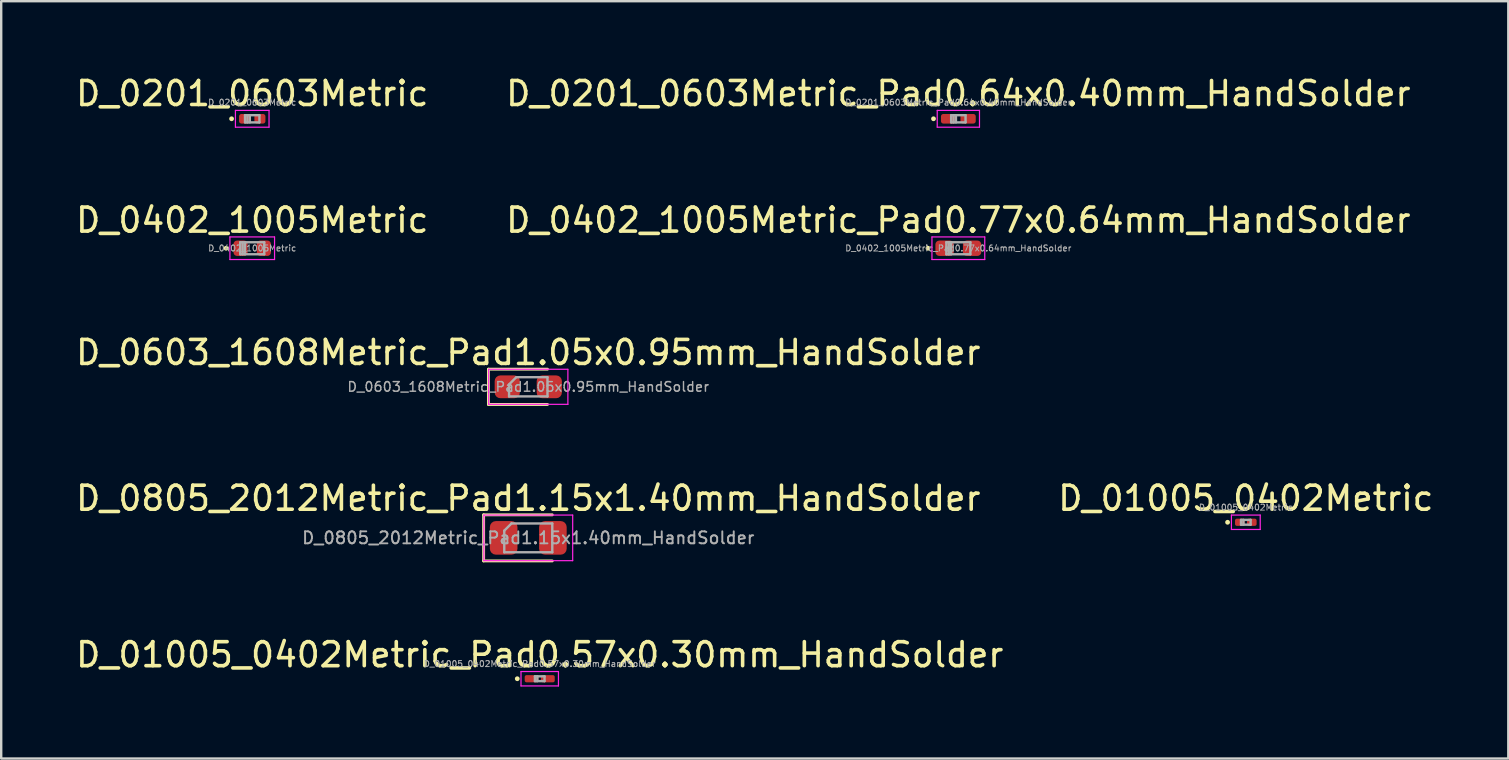
<source format=kicad_pcb>
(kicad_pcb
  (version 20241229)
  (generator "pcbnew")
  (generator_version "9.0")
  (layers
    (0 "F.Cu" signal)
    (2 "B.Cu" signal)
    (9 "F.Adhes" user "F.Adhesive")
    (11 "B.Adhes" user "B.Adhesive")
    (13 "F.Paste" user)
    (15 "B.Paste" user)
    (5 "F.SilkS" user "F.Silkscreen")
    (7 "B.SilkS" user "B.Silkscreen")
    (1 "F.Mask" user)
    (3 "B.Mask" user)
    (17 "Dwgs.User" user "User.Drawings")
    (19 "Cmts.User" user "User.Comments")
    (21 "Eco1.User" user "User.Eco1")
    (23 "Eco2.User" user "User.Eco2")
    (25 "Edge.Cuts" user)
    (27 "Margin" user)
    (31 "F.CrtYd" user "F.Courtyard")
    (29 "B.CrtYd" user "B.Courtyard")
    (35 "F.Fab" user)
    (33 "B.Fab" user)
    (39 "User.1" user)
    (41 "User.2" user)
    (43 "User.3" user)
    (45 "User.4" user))
  (footprint "D_0603_1608Metric_Pad1.05x0.95mm_HandSolder"
    (layer "F.Cu")
    (at 18.958 13.065)
    (property "Reference" "D_0603_1608Metric_Pad1.05x0.95mm_HandSolder" (at 0 -1.43 0) (layer "F.SilkS") (effects (font (size 1 1) (thickness 0.15))))
    (attr smd)
    (fp_line (start -1.66 -0.735) (end -1.66 0.735) (stroke (width 0.12) (type solid)) (layer "F.SilkS"))
    (fp_line (start -1.66 0.735) (end 0.8 0.735) (stroke (width 0.12) (type solid)) (layer "F.SilkS"))
    (fp_line (start 0.8 -0.735) (end -1.66 -0.735) (stroke (width 0.12) (type solid)) (layer "F.SilkS"))
    (fp_line (start -1.65 -0.73) (end 1.65 -0.73) (stroke (width 0.05) (type solid)) (layer "F.CrtYd"))
    (fp_line (start -1.65 0.73) (end -1.65 -0.73) (stroke (width 0.05) (type solid)) (layer "F.CrtYd"))
    (fp_line (start 1.65 -0.73) (end 1.65 0.73) (stroke (width 0.05) (type solid)) (layer "F.CrtYd"))
    (fp_line (start 1.65 0.73) (end -1.65 0.73) (stroke (width 0.05) (type solid)) (layer "F.CrtYd"))
    (fp_line (start -0.8 -0.1) (end -0.8 0.4) (stroke (width 0.1) (type solid)) (layer "F.Fab"))
    (fp_line (start -0.8 0.4) (end 0.8 0.4) (stroke (width 0.1) (type solid)) (layer "F.Fab"))
    (fp_line (start -0.5 -0.4) (end -0.8 -0.1) (stroke (width 0.1) (type solid)) (layer "F.Fab"))
    (fp_line (start 0.8 -0.4) (end -0.5 -0.4) (stroke (width 0.1) (type solid)) (layer "F.Fab"))
    (fp_line (start 0.8 0.4) (end 0.8 -0.4) (stroke (width 0.1) (type solid)) (layer "F.Fab"))
    (fp_text user "${REFERENCE}" (at 0 0 0) (layer "F.Fab") (effects (font (size 0.4 0.4) (thickness 0.06))))
    (pad "1" smd roundrect (at -0.875 0) (size 1.05 0.95) (layers "F.Cu" "F.Mask" "F.Paste") (roundrect_rratio 0.25))
    (pad "2" smd roundrect (at 0.875 0) (size 1.05 0.95) (layers "F.Cu" "F.Mask" "F.Paste") (roundrect_rratio 0.25)))
  (footprint "D_0402_1005Metric_Pad0.77x0.64mm_HandSolder"
    (layer "F.Cu")
    (at 36.875 7.292)
    (property "Reference" "D_0402_1005Metric_Pad0.77x0.64mm_HandSolder" (at 0 -1.17 0) (layer "F.SilkS") (effects (font (size 1 1) (thickness 0.15))))
    (attr smd)
    (fp_circle (center -1.265 0) (end -1.215 0) (stroke (width 0.1) (type solid)) (fill no) (layer "F.SilkS"))
    (fp_line (start -1.1 -0.47) (end 1.1 -0.47) (stroke (width 0.05) (type solid)) (layer "F.CrtYd"))
    (fp_line (start -1.1 0.47) (end -1.1 -0.47) (stroke (width 0.05) (type solid)) (layer "F.CrtYd"))
    (fp_line (start 1.1 -0.47) (end 1.1 0.47) (stroke (width 0.05) (type solid)) (layer "F.CrtYd"))
    (fp_line (start 1.1 0.47) (end -1.1 0.47) (stroke (width 0.05) (type solid)) (layer "F.CrtYd"))
    (fp_line (start -0.5 -0.25) (end 0.5 -0.25) (stroke (width 0.1) (type solid)) (layer "F.Fab"))
    (fp_line (start -0.5 0.25) (end -0.5 -0.25) (stroke (width 0.1) (type solid)) (layer "F.Fab"))
    (fp_line (start -0.4 0.25) (end -0.4 -0.25) (stroke (width 0.1) (type solid)) (layer "F.Fab"))
    (fp_line (start -0.3 0.25) (end -0.3 -0.25) (stroke (width 0.1) (type solid)) (layer "F.Fab"))
    (fp_line (start 0.5 -0.25) (end 0.5 0.25) (stroke (width 0.1) (type solid)) (layer "F.Fab"))
    (fp_line (start 0.5 0.25) (end -0.5 0.25) (stroke (width 0.1) (type solid)) (layer "F.Fab"))
    (fp_text user "${REFERENCE}" (at 0 0 0) (layer "F.Fab") (effects (font (size 0.25 0.25) (thickness 0.04))))
    (pad "1" smd roundrect (at -0.573 0) (size 0.765 0.64) (layers "F.Cu" "F.Mask" "F.Paste") (roundrect_rratio 0.25))
    (pad "2" smd roundrect (at 0.573 0) (size 0.765 0.64) (layers "F.Cu" "F.Mask" "F.Paste") (roundrect_rratio 0.25)))
  (footprint "D_0201_0603Metric"
    (layer "F.Cu")
    (at 7.458 1.898)
    (property "Reference" "D_0201_0603Metric" (at 0 -1.05 0) (layer "F.SilkS") (effects (font (size 1 1) (thickness 0.15))))
    (attr smd)
    (fp_circle (center -0.86 0) (end -0.81 0) (stroke (width 0.1) (type solid)) (fill no) (layer "F.SilkS"))
    (fp_line (start -0.7 -0.35) (end 0.7 -0.35) (stroke (width 0.05) (type solid)) (layer "F.CrtYd"))
    (fp_line (start -0.7 0.35) (end -0.7 -0.35) (stroke (width 0.05) (type solid)) (layer "F.CrtYd"))
    (fp_line (start 0.7 -0.35) (end 0.7 0.35) (stroke (width 0.05) (type solid)) (layer "F.CrtYd"))
    (fp_line (start 0.7 0.35) (end -0.7 0.35) (stroke (width 0.05) (type solid)) (layer "F.CrtYd"))
    (fp_line (start -0.3 -0.15) (end 0.3 -0.15) (stroke (width 0.1) (type solid)) (layer "F.Fab"))
    (fp_line (start -0.3 0.15) (end -0.3 -0.15) (stroke (width 0.1) (type solid)) (layer "F.Fab"))
    (fp_line (start -0.2 0.15) (end -0.2 -0.15) (stroke (width 0.1) (type solid)) (layer "F.Fab"))
    (fp_line (start -0.1 0.15) (end -0.1 -0.15) (stroke (width 0.1) (type solid)) (layer "F.Fab"))
    (fp_line (start 0.3 -0.15) (end 0.3 0.15) (stroke (width 0.1) (type solid)) (layer "F.Fab"))
    (fp_line (start 0.3 0.15) (end -0.3 0.15) (stroke (width 0.1) (type solid)) (layer "F.Fab"))
    (fp_text user "${REFERENCE}" (at 0 -0.68 0) (layer "F.Fab") (effects (font (size 0.25 0.25) (thickness 0.04))))
    (pad "" smd roundrect (at -0.345 0) (size 0.318 0.36) (layers "F.Paste") (roundrect_rratio 0.25))
    (pad "" smd roundrect (at 0.345 0) (size 0.318 0.36) (layers "F.Paste") (roundrect_rratio 0.25))
    (pad "1" smd roundrect (at -0.32 0) (size 0.46 0.4) (layers "F.Cu" "F.Mask") (roundrect_rratio 0.25))
    (pad "2" smd roundrect (at 0.32 0) (size 0.46 0.4) (layers "F.Cu" "F.Mask") (roundrect_rratio 0.25)))
  (footprint "D_0402_1005Metric"
    (layer "F.Cu")
    (at 7.458 7.292)
    (property "Reference" "D_0402_1005Metric" (at 0 -1.17 0) (layer "F.SilkS") (effects (font (size 1 1) (thickness 0.15))))
    (attr smd)
    (fp_circle (center -1.09 0) (end -1.04 0) (stroke (width 0.1) (type solid)) (fill no) (layer "F.SilkS"))
    (fp_line (start -0.93 -0.47) (end 0.93 -0.47) (stroke (width 0.05) (type solid)) (layer "F.CrtYd"))
    (fp_line (start -0.93 0.47) (end -0.93 -0.47) (stroke (width 0.05) (type solid)) (layer "F.CrtYd"))
    (fp_line (start 0.93 -0.47) (end 0.93 0.47) (stroke (width 0.05) (type solid)) (layer "F.CrtYd"))
    (fp_line (start 0.93 0.47) (end -0.93 0.47) (stroke (width 0.05) (type solid)) (layer "F.CrtYd"))
    (fp_line (start -0.5 -0.25) (end 0.5 -0.25) (stroke (width 0.1) (type solid)) (layer "F.Fab"))
    (fp_line (start -0.5 0.25) (end -0.5 -0.25) (stroke (width 0.1) (type solid)) (layer "F.Fab"))
    (fp_line (start -0.4 0.25) (end -0.4 -0.25) (stroke (width 0.1) (type solid)) (layer "F.Fab"))
    (fp_line (start -0.3 0.25) (end -0.3 -0.25) (stroke (width 0.1) (type solid)) (layer "F.Fab"))
    (fp_line (start 0.5 -0.25) (end 0.5 0.25) (stroke (width 0.1) (type solid)) (layer "F.Fab"))
    (fp_line (start 0.5 0.25) (end -0.5 0.25) (stroke (width 0.1) (type solid)) (layer "F.Fab"))
    (fp_text user "${REFERENCE}" (at 0 0 0) (layer "F.Fab") (effects (font (size 0.25 0.25) (thickness 0.04))))
    (pad "1" smd roundrect (at -0.485 0) (size 0.59 0.64) (layers "F.Cu" "F.Mask" "F.Paste") (roundrect_rratio 0.25))
    (pad "2" smd roundrect (at 0.485 0) (size 0.59 0.64) (layers "F.Cu" "F.Mask" "F.Paste") (roundrect_rratio 0.25)))
  (footprint "D_01005_0402Metric"
    (layer "F.Cu")
    (at 48.851 18.708)
    (property "Reference" "D_01005_0402Metric" (at 0 -1 0) (layer "F.SilkS") (effects (font (size 1 1) (thickness 0.15))))
    (attr smd)
    (fp_circle (center -0.76 0) (end -0.71 0) (stroke (width 0.1) (type solid)) (fill no) (layer "F.SilkS"))
    (fp_line (start -0.6 -0.3) (end 0.6 -0.3) (stroke (width 0.05) (type solid)) (layer "F.CrtYd"))
    (fp_line (start -0.6 0.3) (end -0.6 -0.3) (stroke (width 0.05) (type solid)) (layer "F.CrtYd"))
    (fp_line (start 0.6 -0.3) (end 0.6 0.3) (stroke (width 0.05) (type solid)) (layer "F.CrtYd"))
    (fp_line (start 0.6 0.3) (end -0.6 0.3) (stroke (width 0.05) (type solid)) (layer "F.CrtYd"))
    (fp_line (start -0.2 -0.1) (end 0.2 -0.1) (stroke (width 0.1) (type solid)) (layer "F.Fab"))
    (fp_line (start -0.2 0.1) (end -0.2 -0.1) (stroke (width 0.1) (type solid)) (layer "F.Fab"))
    (fp_line (start -0.1 0.1) (end -0.1 -0.1) (stroke (width 0.1) (type solid)) (layer "F.Fab"))
    (fp_line (start 0.2 -0.1) (end 0.2 0.1) (stroke (width 0.1) (type solid)) (layer "F.Fab"))
    (fp_line (start 0.2 0.1) (end -0.2 0.1) (stroke (width 0.1) (type solid)) (layer "F.Fab"))
    (fp_text user "${REFERENCE}" (at 0 -0.62 0) (layer "F.Fab") (effects (font (size 0.25 0.25) (thickness 0.04))))
    (pad "" smd roundrect (at -0.275 0) (size 0.27 0.27) (layers "F.Paste") (roundrect_rratio 0.25))
    (pad "" smd roundrect (at 0.275 0) (size 0.27 0.27) (layers "F.Paste") (roundrect_rratio 0.25))
    (pad "1" smd roundrect (at -0.25 0) (size 0.4 0.3) (layers "F.Cu" "F.Mask") (roundrect_rratio 0.25))
    (pad "2" smd roundrect (at 0.25 0) (size 0.4 0.3) (layers "F.Cu" "F.Mask") (roundrect_rratio 0.25)))
  (footprint "D_0201_0603Metric_Pad0.64x0.40mm_HandSolder"
    (layer "F.Cu")
    (at 36.875 1.898)
    (property "Reference" "D_0201_0603Metric_Pad0.64x0.40mm_HandSolder" (at 0 -1.05 0) (layer "F.SilkS") (effects (font (size 1 1) (thickness 0.15))))
    (attr smd)
    (fp_circle (center -1.035 0) (end -0.985 0) (stroke (width 0.1) (type solid)) (fill no) (layer "F.SilkS"))
    (fp_line (start -0.88 -0.35) (end 0.88 -0.35) (stroke (width 0.05) (type solid)) (layer "F.CrtYd"))
    (fp_line (start -0.88 0.35) (end -0.88 -0.35) (stroke (width 0.05) (type solid)) (layer "F.CrtYd"))
    (fp_line (start 0.88 -0.35) (end 0.88 0.35) (stroke (width 0.05) (type solid)) (layer "F.CrtYd"))
    (fp_line (start 0.88 0.35) (end -0.88 0.35) (stroke (width 0.05) (type solid)) (layer "F.CrtYd"))
    (fp_line (start -0.3 -0.15) (end 0.3 -0.15) (stroke (width 0.1) (type solid)) (layer "F.Fab"))
    (fp_line (start -0.3 0.15) (end -0.3 -0.15) (stroke (width 0.1) (type solid)) (layer "F.Fab"))
    (fp_line (start -0.2 0.15) (end -0.2 -0.15) (stroke (width 0.1) (type solid)) (layer "F.Fab"))
    (fp_line (start -0.1 0.15) (end -0.1 -0.15) (stroke (width 0.1) (type solid)) (layer "F.Fab"))
    (fp_line (start 0.3 -0.15) (end 0.3 0.15) (stroke (width 0.1) (type solid)) (layer "F.Fab"))
    (fp_line (start 0.3 0.15) (end -0.3 0.15) (stroke (width 0.1) (type solid)) (layer "F.Fab"))
    (fp_text user "${REFERENCE}" (at 0 -0.68 0) (layer "F.Fab") (effects (font (size 0.25 0.25) (thickness 0.04))))
    (pad "" smd roundrect (at -0.432 0) (size 0.458 0.36) (layers "F.Paste") (roundrect_rratio 0.25))
    (pad "" smd roundrect (at 0.432 0) (size 0.458 0.36) (layers "F.Paste") (roundrect_rratio 0.25))
    (pad "1" smd roundrect (at -0.407 0) (size 0.635 0.4) (layers "F.Cu" "F.Mask") (roundrect_rratio 0.25))
    (pad "2" smd roundrect (at 0.407 0) (size 0.635 0.4) (layers "F.Cu" "F.Mask") (roundrect_rratio 0.25)))
  (footprint "D_01005_0402Metric_Pad0.57x0.30mm_HandSolder"
    (layer "F.Cu")
    (at 19.435 25.226)
    (property "Reference" "D_01005_0402Metric_Pad0.57x0.30mm_HandSolder" (at 0 -1 0) (layer "F.SilkS") (effects (font (size 1 1) (thickness 0.15))))
    (attr smd)
    (fp_circle (center -0.935 0) (end -0.885 0) (stroke (width 0.1) (type solid)) (fill no) (layer "F.SilkS"))
    (fp_line (start -0.78 -0.3) (end 0.78 -0.3) (stroke (width 0.05) (type solid)) (layer "F.CrtYd"))
    (fp_line (start -0.78 0.3) (end -0.78 -0.3) (stroke (width 0.05) (type solid)) (layer "F.CrtYd"))
    (fp_line (start 0.78 -0.3) (end 0.78 0.3) (stroke (width 0.05) (type solid)) (layer "F.CrtYd"))
    (fp_line (start 0.78 0.3) (end -0.78 0.3) (stroke (width 0.05) (type solid)) (layer "F.CrtYd"))
    (fp_line (start -0.2 -0.1) (end 0.2 -0.1) (stroke (width 0.1) (type solid)) (layer "F.Fab"))
    (fp_line (start -0.2 0.1) (end -0.2 -0.1) (stroke (width 0.1) (type solid)) (layer "F.Fab"))
    (fp_line (start -0.1 0.1) (end -0.1 -0.1) (stroke (width 0.1) (type solid)) (layer "F.Fab"))
    (fp_line (start 0.2 -0.1) (end 0.2 0.1) (stroke (width 0.1) (type solid)) (layer "F.Fab"))
    (fp_line (start 0.2 0.1) (end -0.2 0.1) (stroke (width 0.1) (type solid)) (layer "F.Fab"))
    (fp_text user "${REFERENCE}" (at 0 -0.62 0) (layer "F.Fab") (effects (font (size 0.25 0.25) (thickness 0.04))))
    (pad "" smd roundrect (at -0.362 0) (size 0.41 0.27) (layers "F.Paste") (roundrect_rratio 0.25))
    (pad "" smd roundrect (at 0.362 0) (size 0.41 0.27) (layers "F.Paste") (roundrect_rratio 0.25))
    (pad "1" smd roundrect (at -0.338 0) (size 0.575 0.3) (layers "F.Cu" "F.Mask") (roundrect_rratio 0.25))
    (pad "2" smd roundrect (at 0.338 0) (size 0.575 0.3) (layers "F.Cu" "F.Mask") (roundrect_rratio 0.25)))
  (footprint "D_0805_2012Metric_Pad1.15x1.40mm_HandSolder"
    (layer "F.Cu")
    (at 18.958 19.358)
    (property "Reference" "D_0805_2012Metric_Pad1.15x1.40mm_HandSolder" (at 0 -1.65 0) (layer "F.SilkS") (effects (font (size 1 1) (thickness 0.15))))
    (attr smd)
    (fp_line (start -1.86 -0.96) (end -1.86 0.96) (stroke (width 0.12) (type solid)) (layer "F.SilkS"))
    (fp_line (start -1.86 0.96) (end 1 0.96) (stroke (width 0.12) (type solid)) (layer "F.SilkS"))
    (fp_line (start 1 -0.96) (end -1.86 -0.96) (stroke (width 0.12) (type solid)) (layer "F.SilkS"))
    (fp_line (start -1.85 -0.95) (end 1.85 -0.95) (stroke (width 0.05) (type solid)) (layer "F.CrtYd"))
    (fp_line (start -1.85 0.95) (end -1.85 -0.95) (stroke (width 0.05) (type solid)) (layer "F.CrtYd"))
    (fp_line (start 1.85 -0.95) (end 1.85 0.95) (stroke (width 0.05) (type solid)) (layer "F.CrtYd"))
    (fp_line (start 1.85 0.95) (end -1.85 0.95) (stroke (width 0.05) (type solid)) (layer "F.CrtYd"))
    (fp_line (start -1 -0.3) (end -1 0.6) (stroke (width 0.1) (type solid)) (layer "F.Fab"))
    (fp_line (start -1 0.6) (end 1 0.6) (stroke (width 0.1) (type solid)) (layer "F.Fab"))
    (fp_line (start -0.7 -0.6) (end -1 -0.3) (stroke (width 0.1) (type solid)) (layer "F.Fab"))
    (fp_line (start 1 -0.6) (end -0.7 -0.6) (stroke (width 0.1) (type solid)) (layer "F.Fab"))
    (fp_line (start 1 0.6) (end 1 -0.6) (stroke (width 0.1) (type solid)) (layer "F.Fab"))
    (fp_text user "${REFERENCE}" (at 0 0 0) (layer "F.Fab") (effects (font (size 0.5 0.5) (thickness 0.08))))
    (pad "1" smd roundrect (at -1.025 0) (size 1.15 1.4) (layers "F.Cu" "F.Mask" "F.Paste") (roundrect_rratio 0.217))
    (pad "2" smd roundrect (at 1.025 0) (size 1.15 1.4) (layers "F.Cu" "F.Mask" "F.Paste") (roundrect_rratio 0.217)))
  (gr_rect
    (start -3 -3)
    (end 59.786 28.551)
    (stroke (width 0.1) (type default))
    (fill no)
    (layer "Edge.Cuts")))
</source>
